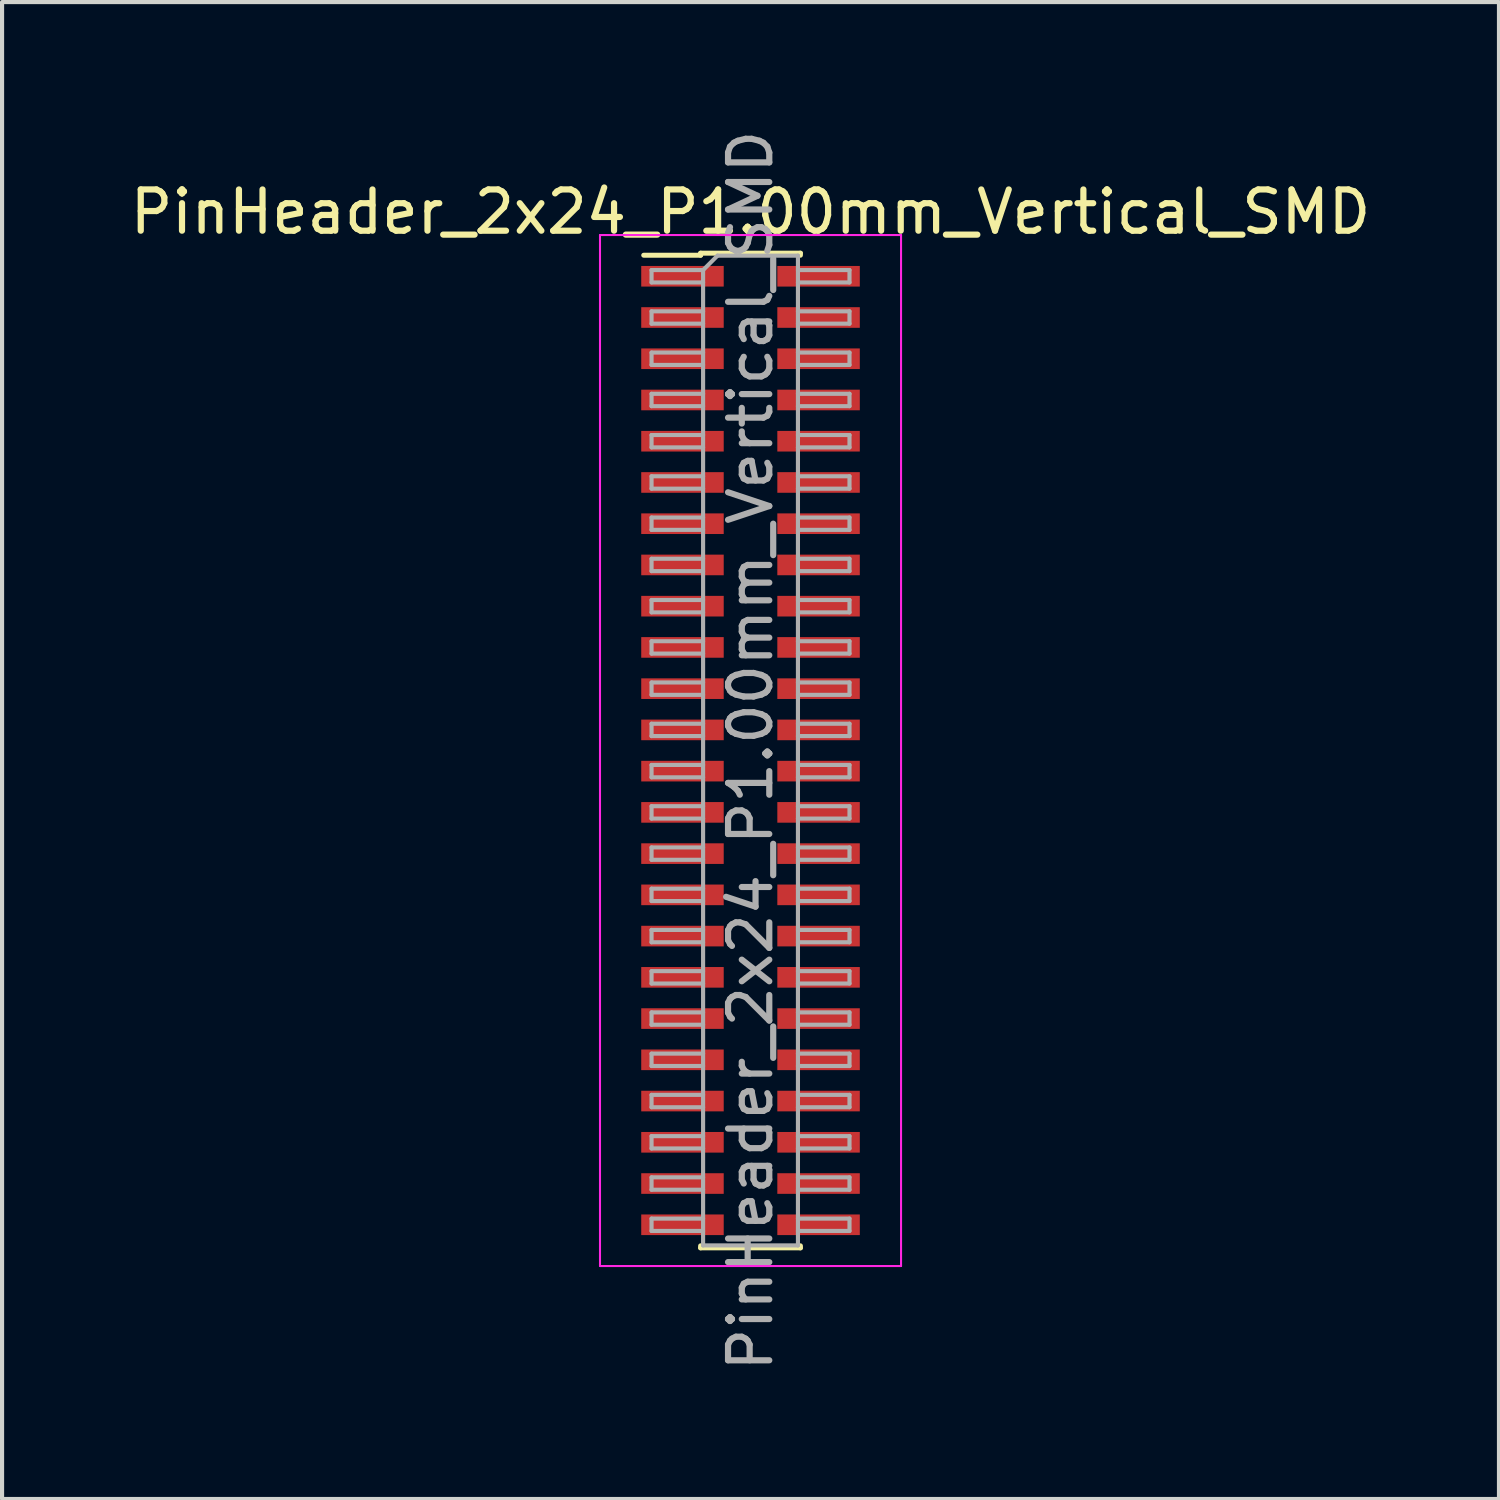
<source format=kicad_pcb>
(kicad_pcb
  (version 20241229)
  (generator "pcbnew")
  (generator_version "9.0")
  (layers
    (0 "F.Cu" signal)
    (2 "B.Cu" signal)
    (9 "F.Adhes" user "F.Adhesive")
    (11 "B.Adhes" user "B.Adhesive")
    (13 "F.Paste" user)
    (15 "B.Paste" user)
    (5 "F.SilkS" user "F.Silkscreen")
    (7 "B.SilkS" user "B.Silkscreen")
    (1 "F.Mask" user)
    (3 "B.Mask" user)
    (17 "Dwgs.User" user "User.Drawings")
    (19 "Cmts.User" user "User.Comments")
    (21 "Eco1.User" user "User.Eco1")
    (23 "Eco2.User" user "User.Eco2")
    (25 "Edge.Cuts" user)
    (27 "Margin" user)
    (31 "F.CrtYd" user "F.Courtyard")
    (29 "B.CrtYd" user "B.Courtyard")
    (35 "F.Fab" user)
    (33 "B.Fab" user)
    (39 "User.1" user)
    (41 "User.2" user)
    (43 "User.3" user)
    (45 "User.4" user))
  (footprint "PinHeader_2x24_P1.00mm_Vertical_SMD"
    (layer "F.Cu")
    (at 15.149 15.149)
    (property "Reference" "PinHeader_2x24_P1.00mm_Vertical_SMD" (at 0 -13.06 0) (layer "F.SilkS") (effects (font (size 1 1) (thickness 0.15))))
    (attr smd)
    (fp_line (start -2.59 -12.01) (end -1.21 -12.01) (stroke (width 0.12) (type solid)) (layer "F.SilkS"))
    (fp_line (start -1.21 -12.06) (end -1.21 -12.01) (stroke (width 0.12) (type solid)) (layer "F.SilkS"))
    (fp_line (start -1.21 -12.06) (end 1.21 -12.06) (stroke (width 0.12) (type solid)) (layer "F.SilkS"))
    (fp_line (start -1.21 12.01) (end -1.21 12.06) (stroke (width 0.12) (type solid)) (layer "F.SilkS"))
    (fp_line (start -1.21 12.06) (end 1.21 12.06) (stroke (width 0.12) (type solid)) (layer "F.SilkS"))
    (fp_line (start 1.21 -12.06) (end 1.21 -12.01) (stroke (width 0.12) (type solid)) (layer "F.SilkS"))
    (fp_line (start 1.21 12.01) (end 1.21 12.06) (stroke (width 0.12) (type solid)) (layer "F.SilkS"))
    (fp_line (start -3.65 -12.5) (end -3.65 12.5) (stroke (width 0.05) (type solid)) (layer "F.CrtYd"))
    (fp_line (start -3.65 12.5) (end 3.65 12.5) (stroke (width 0.05) (type solid)) (layer "F.CrtYd"))
    (fp_line (start 3.65 -12.5) (end -3.65 -12.5) (stroke (width 0.05) (type solid)) (layer "F.CrtYd"))
    (fp_line (start 3.65 12.5) (end 3.65 -12.5) (stroke (width 0.05) (type solid)) (layer "F.CrtYd"))
    (fp_line (start -2.4 -11.65) (end -2.4 -11.35) (stroke (width 0.1) (type solid)) (layer "F.Fab"))
    (fp_line (start -2.4 -11.35) (end -1.15 -11.35) (stroke (width 0.1) (type solid)) (layer "F.Fab"))
    (fp_line (start -2.4 -10.65) (end -2.4 -10.35) (stroke (width 0.1) (type solid)) (layer "F.Fab"))
    (fp_line (start -2.4 -10.35) (end -1.15 -10.35) (stroke (width 0.1) (type solid)) (layer "F.Fab"))
    (fp_line (start -2.4 -9.65) (end -2.4 -9.35) (stroke (width 0.1) (type solid)) (layer "F.Fab"))
    (fp_line (start -2.4 -9.35) (end -1.15 -9.35) (stroke (width 0.1) (type solid)) (layer "F.Fab"))
    (fp_line (start -2.4 -8.65) (end -2.4 -8.35) (stroke (width 0.1) (type solid)) (layer "F.Fab"))
    (fp_line (start -2.4 -8.35) (end -1.15 -8.35) (stroke (width 0.1) (type solid)) (layer "F.Fab"))
    (fp_line (start -2.4 -7.65) (end -2.4 -7.35) (stroke (width 0.1) (type solid)) (layer "F.Fab"))
    (fp_line (start -2.4 -7.35) (end -1.15 -7.35) (stroke (width 0.1) (type solid)) (layer "F.Fab"))
    (fp_line (start -2.4 -6.65) (end -2.4 -6.35) (stroke (width 0.1) (type solid)) (layer "F.Fab"))
    (fp_line (start -2.4 -6.35) (end -1.15 -6.35) (stroke (width 0.1) (type solid)) (layer "F.Fab"))
    (fp_line (start -2.4 -5.65) (end -2.4 -5.35) (stroke (width 0.1) (type solid)) (layer "F.Fab"))
    (fp_line (start -2.4 -5.35) (end -1.15 -5.35) (stroke (width 0.1) (type solid)) (layer "F.Fab"))
    (fp_line (start -2.4 -4.65) (end -2.4 -4.35) (stroke (width 0.1) (type solid)) (layer "F.Fab"))
    (fp_line (start -2.4 -4.35) (end -1.15 -4.35) (stroke (width 0.1) (type solid)) (layer "F.Fab"))
    (fp_line (start -2.4 -3.65) (end -2.4 -3.35) (stroke (width 0.1) (type solid)) (layer "F.Fab"))
    (fp_line (start -2.4 -3.35) (end -1.15 -3.35) (stroke (width 0.1) (type solid)) (layer "F.Fab"))
    (fp_line (start -2.4 -2.65) (end -2.4 -2.35) (stroke (width 0.1) (type solid)) (layer "F.Fab"))
    (fp_line (start -2.4 -2.35) (end -1.15 -2.35) (stroke (width 0.1) (type solid)) (layer "F.Fab"))
    (fp_line (start -2.4 -1.65) (end -2.4 -1.35) (stroke (width 0.1) (type solid)) (layer "F.Fab"))
    (fp_line (start -2.4 -1.35) (end -1.15 -1.35) (stroke (width 0.1) (type solid)) (layer "F.Fab"))
    (fp_line (start -2.4 -0.65) (end -2.4 -0.35) (stroke (width 0.1) (type solid)) (layer "F.Fab"))
    (fp_line (start -2.4 -0.35) (end -1.15 -0.35) (stroke (width 0.1) (type solid)) (layer "F.Fab"))
    (fp_line (start -2.4 0.35) (end -2.4 0.65) (stroke (width 0.1) (type solid)) (layer "F.Fab"))
    (fp_line (start -2.4 0.65) (end -1.15 0.65) (stroke (width 0.1) (type solid)) (layer "F.Fab"))
    (fp_line (start -2.4 1.35) (end -2.4 1.65) (stroke (width 0.1) (type solid)) (layer "F.Fab"))
    (fp_line (start -2.4 1.65) (end -1.15 1.65) (stroke (width 0.1) (type solid)) (layer "F.Fab"))
    (fp_line (start -2.4 2.35) (end -2.4 2.65) (stroke (width 0.1) (type solid)) (layer "F.Fab"))
    (fp_line (start -2.4 2.65) (end -1.15 2.65) (stroke (width 0.1) (type solid)) (layer "F.Fab"))
    (fp_line (start -2.4 3.35) (end -2.4 3.65) (stroke (width 0.1) (type solid)) (layer "F.Fab"))
    (fp_line (start -2.4 3.65) (end -1.15 3.65) (stroke (width 0.1) (type solid)) (layer "F.Fab"))
    (fp_line (start -2.4 4.35) (end -2.4 4.65) (stroke (width 0.1) (type solid)) (layer "F.Fab"))
    (fp_line (start -2.4 4.65) (end -1.15 4.65) (stroke (width 0.1) (type solid)) (layer "F.Fab"))
    (fp_line (start -2.4 5.35) (end -2.4 5.65) (stroke (width 0.1) (type solid)) (layer "F.Fab"))
    (fp_line (start -2.4 5.65) (end -1.15 5.65) (stroke (width 0.1) (type solid)) (layer "F.Fab"))
    (fp_line (start -2.4 6.35) (end -2.4 6.65) (stroke (width 0.1) (type solid)) (layer "F.Fab"))
    (fp_line (start -2.4 6.65) (end -1.15 6.65) (stroke (width 0.1) (type solid)) (layer "F.Fab"))
    (fp_line (start -2.4 7.35) (end -2.4 7.65) (stroke (width 0.1) (type solid)) (layer "F.Fab"))
    (fp_line (start -2.4 7.65) (end -1.15 7.65) (stroke (width 0.1) (type solid)) (layer "F.Fab"))
    (fp_line (start -2.4 8.35) (end -2.4 8.65) (stroke (width 0.1) (type solid)) (layer "F.Fab"))
    (fp_line (start -2.4 8.65) (end -1.15 8.65) (stroke (width 0.1) (type solid)) (layer "F.Fab"))
    (fp_line (start -2.4 9.35) (end -2.4 9.65) (stroke (width 0.1) (type solid)) (layer "F.Fab"))
    (fp_line (start -2.4 9.65) (end -1.15 9.65) (stroke (width 0.1) (type solid)) (layer "F.Fab"))
    (fp_line (start -2.4 10.35) (end -2.4 10.65) (stroke (width 0.1) (type solid)) (layer "F.Fab"))
    (fp_line (start -2.4 10.65) (end -1.15 10.65) (stroke (width 0.1) (type solid)) (layer "F.Fab"))
    (fp_line (start -2.4 11.35) (end -2.4 11.65) (stroke (width 0.1) (type solid)) (layer "F.Fab"))
    (fp_line (start -2.4 11.65) (end -1.15 11.65) (stroke (width 0.1) (type solid)) (layer "F.Fab"))
    (fp_line (start -1.15 -11.65) (end -2.4 -11.65) (stroke (width 0.1) (type solid)) (layer "F.Fab"))
    (fp_line (start -1.15 -11.65) (end -0.8 -12) (stroke (width 0.1) (type solid)) (layer "F.Fab"))
    (fp_line (start -1.15 -10.65) (end -2.4 -10.65) (stroke (width 0.1) (type solid)) (layer "F.Fab"))
    (fp_line (start -1.15 -9.65) (end -2.4 -9.65) (stroke (width 0.1) (type solid)) (layer "F.Fab"))
    (fp_line (start -1.15 -8.65) (end -2.4 -8.65) (stroke (width 0.1) (type solid)) (layer "F.Fab"))
    (fp_line (start -1.15 -7.65) (end -2.4 -7.65) (stroke (width 0.1) (type solid)) (layer "F.Fab"))
    (fp_line (start -1.15 -6.65) (end -2.4 -6.65) (stroke (width 0.1) (type solid)) (layer "F.Fab"))
    (fp_line (start -1.15 -5.65) (end -2.4 -5.65) (stroke (width 0.1) (type solid)) (layer "F.Fab"))
    (fp_line (start -1.15 -4.65) (end -2.4 -4.65) (stroke (width 0.1) (type solid)) (layer "F.Fab"))
    (fp_line (start -1.15 -3.65) (end -2.4 -3.65) (stroke (width 0.1) (type solid)) (layer "F.Fab"))
    (fp_line (start -1.15 -2.65) (end -2.4 -2.65) (stroke (width 0.1) (type solid)) (layer "F.Fab"))
    (fp_line (start -1.15 -1.65) (end -2.4 -1.65) (stroke (width 0.1) (type solid)) (layer "F.Fab"))
    (fp_line (start -1.15 -0.65) (end -2.4 -0.65) (stroke (width 0.1) (type solid)) (layer "F.Fab"))
    (fp_line (start -1.15 0.35) (end -2.4 0.35) (stroke (width 0.1) (type solid)) (layer "F.Fab"))
    (fp_line (start -1.15 1.35) (end -2.4 1.35) (stroke (width 0.1) (type solid)) (layer "F.Fab"))
    (fp_line (start -1.15 2.35) (end -2.4 2.35) (stroke (width 0.1) (type solid)) (layer "F.Fab"))
    (fp_line (start -1.15 3.35) (end -2.4 3.35) (stroke (width 0.1) (type solid)) (layer "F.Fab"))
    (fp_line (start -1.15 4.35) (end -2.4 4.35) (stroke (width 0.1) (type solid)) (layer "F.Fab"))
    (fp_line (start -1.15 5.35) (end -2.4 5.35) (stroke (width 0.1) (type solid)) (layer "F.Fab"))
    (fp_line (start -1.15 6.35) (end -2.4 6.35) (stroke (width 0.1) (type solid)) (layer "F.Fab"))
    (fp_line (start -1.15 7.35) (end -2.4 7.35) (stroke (width 0.1) (type solid)) (layer "F.Fab"))
    (fp_line (start -1.15 8.35) (end -2.4 8.35) (stroke (width 0.1) (type solid)) (layer "F.Fab"))
    (fp_line (start -1.15 9.35) (end -2.4 9.35) (stroke (width 0.1) (type solid)) (layer "F.Fab"))
    (fp_line (start -1.15 10.35) (end -2.4 10.35) (stroke (width 0.1) (type solid)) (layer "F.Fab"))
    (fp_line (start -1.15 11.35) (end -2.4 11.35) (stroke (width 0.1) (type solid)) (layer "F.Fab"))
    (fp_line (start -1.15 12) (end -1.15 -11.65) (stroke (width 0.1) (type solid)) (layer "F.Fab"))
    (fp_line (start -0.8 -12) (end 1.15 -12) (stroke (width 0.1) (type solid)) (layer "F.Fab"))
    (fp_line (start 1.15 -12) (end 1.15 12) (stroke (width 0.1) (type solid)) (layer "F.Fab"))
    (fp_line (start 1.15 -11.65) (end 2.4 -11.65) (stroke (width 0.1) (type solid)) (layer "F.Fab"))
    (fp_line (start 1.15 -10.65) (end 2.4 -10.65) (stroke (width 0.1) (type solid)) (layer "F.Fab"))
    (fp_line (start 1.15 -9.65) (end 2.4 -9.65) (stroke (width 0.1) (type solid)) (layer "F.Fab"))
    (fp_line (start 1.15 -8.65) (end 2.4 -8.65) (stroke (width 0.1) (type solid)) (layer "F.Fab"))
    (fp_line (start 1.15 -7.65) (end 2.4 -7.65) (stroke (width 0.1) (type solid)) (layer "F.Fab"))
    (fp_line (start 1.15 -6.65) (end 2.4 -6.65) (stroke (width 0.1) (type solid)) (layer "F.Fab"))
    (fp_line (start 1.15 -5.65) (end 2.4 -5.65) (stroke (width 0.1) (type solid)) (layer "F.Fab"))
    (fp_line (start 1.15 -4.65) (end 2.4 -4.65) (stroke (width 0.1) (type solid)) (layer "F.Fab"))
    (fp_line (start 1.15 -3.65) (end 2.4 -3.65) (stroke (width 0.1) (type solid)) (layer "F.Fab"))
    (fp_line (start 1.15 -2.65) (end 2.4 -2.65) (stroke (width 0.1) (type solid)) (layer "F.Fab"))
    (fp_line (start 1.15 -1.65) (end 2.4 -1.65) (stroke (width 0.1) (type solid)) (layer "F.Fab"))
    (fp_line (start 1.15 -0.65) (end 2.4 -0.65) (stroke (width 0.1) (type solid)) (layer "F.Fab"))
    (fp_line (start 1.15 0.35) (end 2.4 0.35) (stroke (width 0.1) (type solid)) (layer "F.Fab"))
    (fp_line (start 1.15 1.35) (end 2.4 1.35) (stroke (width 0.1) (type solid)) (layer "F.Fab"))
    (fp_line (start 1.15 2.35) (end 2.4 2.35) (stroke (width 0.1) (type solid)) (layer "F.Fab"))
    (fp_line (start 1.15 3.35) (end 2.4 3.35) (stroke (width 0.1) (type solid)) (layer "F.Fab"))
    (fp_line (start 1.15 4.35) (end 2.4 4.35) (stroke (width 0.1) (type solid)) (layer "F.Fab"))
    (fp_line (start 1.15 5.35) (end 2.4 5.35) (stroke (width 0.1) (type solid)) (layer "F.Fab"))
    (fp_line (start 1.15 6.35) (end 2.4 6.35) (stroke (width 0.1) (type solid)) (layer "F.Fab"))
    (fp_line (start 1.15 7.35) (end 2.4 7.35) (stroke (width 0.1) (type solid)) (layer "F.Fab"))
    (fp_line (start 1.15 8.35) (end 2.4 8.35) (stroke (width 0.1) (type solid)) (layer "F.Fab"))
    (fp_line (start 1.15 9.35) (end 2.4 9.35) (stroke (width 0.1) (type solid)) (layer "F.Fab"))
    (fp_line (start 1.15 10.35) (end 2.4 10.35) (stroke (width 0.1) (type solid)) (layer "F.Fab"))
    (fp_line (start 1.15 11.35) (end 2.4 11.35) (stroke (width 0.1) (type solid)) (layer "F.Fab"))
    (fp_line (start 1.15 12) (end -1.15 12) (stroke (width 0.1) (type solid)) (layer "F.Fab"))
    (fp_line (start 2.4 -11.65) (end 2.4 -11.35) (stroke (width 0.1) (type solid)) (layer "F.Fab"))
    (fp_line (start 2.4 -11.35) (end 1.15 -11.35) (stroke (width 0.1) (type solid)) (layer "F.Fab"))
    (fp_line (start 2.4 -10.65) (end 2.4 -10.35) (stroke (width 0.1) (type solid)) (layer "F.Fab"))
    (fp_line (start 2.4 -10.35) (end 1.15 -10.35) (stroke (width 0.1) (type solid)) (layer "F.Fab"))
    (fp_line (start 2.4 -9.65) (end 2.4 -9.35) (stroke (width 0.1) (type solid)) (layer "F.Fab"))
    (fp_line (start 2.4 -9.35) (end 1.15 -9.35) (stroke (width 0.1) (type solid)) (layer "F.Fab"))
    (fp_line (start 2.4 -8.65) (end 2.4 -8.35) (stroke (width 0.1) (type solid)) (layer "F.Fab"))
    (fp_line (start 2.4 -8.35) (end 1.15 -8.35) (stroke (width 0.1) (type solid)) (layer "F.Fab"))
    (fp_line (start 2.4 -7.65) (end 2.4 -7.35) (stroke (width 0.1) (type solid)) (layer "F.Fab"))
    (fp_line (start 2.4 -7.35) (end 1.15 -7.35) (stroke (width 0.1) (type solid)) (layer "F.Fab"))
    (fp_line (start 2.4 -6.65) (end 2.4 -6.35) (stroke (width 0.1) (type solid)) (layer "F.Fab"))
    (fp_line (start 2.4 -6.35) (end 1.15 -6.35) (stroke (width 0.1) (type solid)) (layer "F.Fab"))
    (fp_line (start 2.4 -5.65) (end 2.4 -5.35) (stroke (width 0.1) (type solid)) (layer "F.Fab"))
    (fp_line (start 2.4 -5.35) (end 1.15 -5.35) (stroke (width 0.1) (type solid)) (layer "F.Fab"))
    (fp_line (start 2.4 -4.65) (end 2.4 -4.35) (stroke (width 0.1) (type solid)) (layer "F.Fab"))
    (fp_line (start 2.4 -4.35) (end 1.15 -4.35) (stroke (width 0.1) (type solid)) (layer "F.Fab"))
    (fp_line (start 2.4 -3.65) (end 2.4 -3.35) (stroke (width 0.1) (type solid)) (layer "F.Fab"))
    (fp_line (start 2.4 -3.35) (end 1.15 -3.35) (stroke (width 0.1) (type solid)) (layer "F.Fab"))
    (fp_line (start 2.4 -2.65) (end 2.4 -2.35) (stroke (width 0.1) (type solid)) (layer "F.Fab"))
    (fp_line (start 2.4 -2.35) (end 1.15 -2.35) (stroke (width 0.1) (type solid)) (layer "F.Fab"))
    (fp_line (start 2.4 -1.65) (end 2.4 -1.35) (stroke (width 0.1) (type solid)) (layer "F.Fab"))
    (fp_line (start 2.4 -1.35) (end 1.15 -1.35) (stroke (width 0.1) (type solid)) (layer "F.Fab"))
    (fp_line (start 2.4 -0.65) (end 2.4 -0.35) (stroke (width 0.1) (type solid)) (layer "F.Fab"))
    (fp_line (start 2.4 -0.35) (end 1.15 -0.35) (stroke (width 0.1) (type solid)) (layer "F.Fab"))
    (fp_line (start 2.4 0.35) (end 2.4 0.65) (stroke (width 0.1) (type solid)) (layer "F.Fab"))
    (fp_line (start 2.4 0.65) (end 1.15 0.65) (stroke (width 0.1) (type solid)) (layer "F.Fab"))
    (fp_line (start 2.4 1.35) (end 2.4 1.65) (stroke (width 0.1) (type solid)) (layer "F.Fab"))
    (fp_line (start 2.4 1.65) (end 1.15 1.65) (stroke (width 0.1) (type solid)) (layer "F.Fab"))
    (fp_line (start 2.4 2.35) (end 2.4 2.65) (stroke (width 0.1) (type solid)) (layer "F.Fab"))
    (fp_line (start 2.4 2.65) (end 1.15 2.65) (stroke (width 0.1) (type solid)) (layer "F.Fab"))
    (fp_line (start 2.4 3.35) (end 2.4 3.65) (stroke (width 0.1) (type solid)) (layer "F.Fab"))
    (fp_line (start 2.4 3.65) (end 1.15 3.65) (stroke (width 0.1) (type solid)) (layer "F.Fab"))
    (fp_line (start 2.4 4.35) (end 2.4 4.65) (stroke (width 0.1) (type solid)) (layer "F.Fab"))
    (fp_line (start 2.4 4.65) (end 1.15 4.65) (stroke (width 0.1) (type solid)) (layer "F.Fab"))
    (fp_line (start 2.4 5.35) (end 2.4 5.65) (stroke (width 0.1) (type solid)) (layer "F.Fab"))
    (fp_line (start 2.4 5.65) (end 1.15 5.65) (stroke (width 0.1) (type solid)) (layer "F.Fab"))
    (fp_line (start 2.4 6.35) (end 2.4 6.65) (stroke (width 0.1) (type solid)) (layer "F.Fab"))
    (fp_line (start 2.4 6.65) (end 1.15 6.65) (stroke (width 0.1) (type solid)) (layer "F.Fab"))
    (fp_line (start 2.4 7.35) (end 2.4 7.65) (stroke (width 0.1) (type solid)) (layer "F.Fab"))
    (fp_line (start 2.4 7.65) (end 1.15 7.65) (stroke (width 0.1) (type solid)) (layer "F.Fab"))
    (fp_line (start 2.4 8.35) (end 2.4 8.65) (stroke (width 0.1) (type solid)) (layer "F.Fab"))
    (fp_line (start 2.4 8.65) (end 1.15 8.65) (stroke (width 0.1) (type solid)) (layer "F.Fab"))
    (fp_line (start 2.4 9.35) (end 2.4 9.65) (stroke (width 0.1) (type solid)) (layer "F.Fab"))
    (fp_line (start 2.4 9.65) (end 1.15 9.65) (stroke (width 0.1) (type solid)) (layer "F.Fab"))
    (fp_line (start 2.4 10.35) (end 2.4 10.65) (stroke (width 0.1) (type solid)) (layer "F.Fab"))
    (fp_line (start 2.4 10.65) (end 1.15 10.65) (stroke (width 0.1) (type solid)) (layer "F.Fab"))
    (fp_line (start 2.4 11.35) (end 2.4 11.65) (stroke (width 0.1) (type solid)) (layer "F.Fab"))
    (fp_line (start 2.4 11.65) (end 1.15 11.65) (stroke (width 0.1) (type solid)) (layer "F.Fab"))
    (fp_text user "${REFERENCE}" (at 0 0 90) (layer "F.Fab") (effects (font (size 1 1) (thickness 0.15))))
    (pad "1" smd rect (at -1.65 -11.5) (size 2 0.5) (layers "F.Cu" "F.Mask" "F.Paste"))
    (pad "2" smd rect (at 1.65 -11.5) (size 2 0.5) (layers "F.Cu" "F.Mask" "F.Paste"))
    (pad "3" smd rect (at -1.65 -10.5) (size 2 0.5) (layers "F.Cu" "F.Mask" "F.Paste"))
    (pad "4" smd rect (at 1.65 -10.5) (size 2 0.5) (layers "F.Cu" "F.Mask" "F.Paste"))
    (pad "5" smd rect (at -1.65 -9.5) (size 2 0.5) (layers "F.Cu" "F.Mask" "F.Paste"))
    (pad "6" smd rect (at 1.65 -9.5) (size 2 0.5) (layers "F.Cu" "F.Mask" "F.Paste"))
    (pad "7" smd rect (at -1.65 -8.5) (size 2 0.5) (layers "F.Cu" "F.Mask" "F.Paste"))
    (pad "8" smd rect (at 1.65 -8.5) (size 2 0.5) (layers "F.Cu" "F.Mask" "F.Paste"))
    (pad "9" smd rect (at -1.65 -7.5) (size 2 0.5) (layers "F.Cu" "F.Mask" "F.Paste"))
    (pad "10" smd rect (at 1.65 -7.5) (size 2 0.5) (layers "F.Cu" "F.Mask" "F.Paste"))
    (pad "11" smd rect (at -1.65 -6.5) (size 2 0.5) (layers "F.Cu" "F.Mask" "F.Paste"))
    (pad "12" smd rect (at 1.65 -6.5) (size 2 0.5) (layers "F.Cu" "F.Mask" "F.Paste"))
    (pad "13" smd rect (at -1.65 -5.5) (size 2 0.5) (layers "F.Cu" "F.Mask" "F.Paste"))
    (pad "14" smd rect (at 1.65 -5.5) (size 2 0.5) (layers "F.Cu" "F.Mask" "F.Paste"))
    (pad "15" smd rect (at -1.65 -4.5) (size 2 0.5) (layers "F.Cu" "F.Mask" "F.Paste"))
    (pad "16" smd rect (at 1.65 -4.5) (size 2 0.5) (layers "F.Cu" "F.Mask" "F.Paste"))
    (pad "17" smd rect (at -1.65 -3.5) (size 2 0.5) (layers "F.Cu" "F.Mask" "F.Paste"))
    (pad "18" smd rect (at 1.65 -3.5) (size 2 0.5) (layers "F.Cu" "F.Mask" "F.Paste"))
    (pad "19" smd rect (at -1.65 -2.5) (size 2 0.5) (layers "F.Cu" "F.Mask" "F.Paste"))
    (pad "20" smd rect (at 1.65 -2.5) (size 2 0.5) (layers "F.Cu" "F.Mask" "F.Paste"))
    (pad "21" smd rect (at -1.65 -1.5) (size 2 0.5) (layers "F.Cu" "F.Mask" "F.Paste"))
    (pad "22" smd rect (at 1.65 -1.5) (size 2 0.5) (layers "F.Cu" "F.Mask" "F.Paste"))
    (pad "23" smd rect (at -1.65 -0.5) (size 2 0.5) (layers "F.Cu" "F.Mask" "F.Paste"))
    (pad "24" smd rect (at 1.65 -0.5) (size 2 0.5) (layers "F.Cu" "F.Mask" "F.Paste"))
    (pad "25" smd rect (at -1.65 0.5) (size 2 0.5) (layers "F.Cu" "F.Mask" "F.Paste"))
    (pad "26" smd rect (at 1.65 0.5) (size 2 0.5) (layers "F.Cu" "F.Mask" "F.Paste"))
    (pad "27" smd rect (at -1.65 1.5) (size 2 0.5) (layers "F.Cu" "F.Mask" "F.Paste"))
    (pad "28" smd rect (at 1.65 1.5) (size 2 0.5) (layers "F.Cu" "F.Mask" "F.Paste"))
    (pad "29" smd rect (at -1.65 2.5) (size 2 0.5) (layers "F.Cu" "F.Mask" "F.Paste"))
    (pad "30" smd rect (at 1.65 2.5) (size 2 0.5) (layers "F.Cu" "F.Mask" "F.Paste"))
    (pad "31" smd rect (at -1.65 3.5) (size 2 0.5) (layers "F.Cu" "F.Mask" "F.Paste"))
    (pad "32" smd rect (at 1.65 3.5) (size 2 0.5) (layers "F.Cu" "F.Mask" "F.Paste"))
    (pad "33" smd rect (at -1.65 4.5) (size 2 0.5) (layers "F.Cu" "F.Mask" "F.Paste"))
    (pad "34" smd rect (at 1.65 4.5) (size 2 0.5) (layers "F.Cu" "F.Mask" "F.Paste"))
    (pad "35" smd rect (at -1.65 5.5) (size 2 0.5) (layers "F.Cu" "F.Mask" "F.Paste"))
    (pad "36" smd rect (at 1.65 5.5) (size 2 0.5) (layers "F.Cu" "F.Mask" "F.Paste"))
    (pad "37" smd rect (at -1.65 6.5) (size 2 0.5) (layers "F.Cu" "F.Mask" "F.Paste"))
    (pad "38" smd rect (at 1.65 6.5) (size 2 0.5) (layers "F.Cu" "F.Mask" "F.Paste"))
    (pad "39" smd rect (at -1.65 7.5) (size 2 0.5) (layers "F.Cu" "F.Mask" "F.Paste"))
    (pad "40" smd rect (at 1.65 7.5) (size 2 0.5) (layers "F.Cu" "F.Mask" "F.Paste"))
    (pad "41" smd rect (at -1.65 8.5) (size 2 0.5) (layers "F.Cu" "F.Mask" "F.Paste"))
    (pad "42" smd rect (at 1.65 8.5) (size 2 0.5) (layers "F.Cu" "F.Mask" "F.Paste"))
    (pad "43" smd rect (at -1.65 9.5) (size 2 0.5) (layers "F.Cu" "F.Mask" "F.Paste"))
    (pad "44" smd rect (at 1.65 9.5) (size 2 0.5) (layers "F.Cu" "F.Mask" "F.Paste"))
    (pad "45" smd rect (at -1.65 10.5) (size 2 0.5) (layers "F.Cu" "F.Mask" "F.Paste"))
    (pad "46" smd rect (at 1.65 10.5) (size 2 0.5) (layers "F.Cu" "F.Mask" "F.Paste"))
    (pad "47" smd rect (at -1.65 11.5) (size 2 0.5) (layers "F.Cu" "F.Mask" "F.Paste"))
    (pad "48" smd rect (at 1.65 11.5) (size 2 0.5) (layers "F.Cu" "F.Mask" "F.Paste")))
  (gr_rect
    (start -3 -3)
    (end 33.298 33.298)
    (stroke (width 0.1) (type default))
    (fill no)
    (layer "Edge.Cuts")))
</source>
